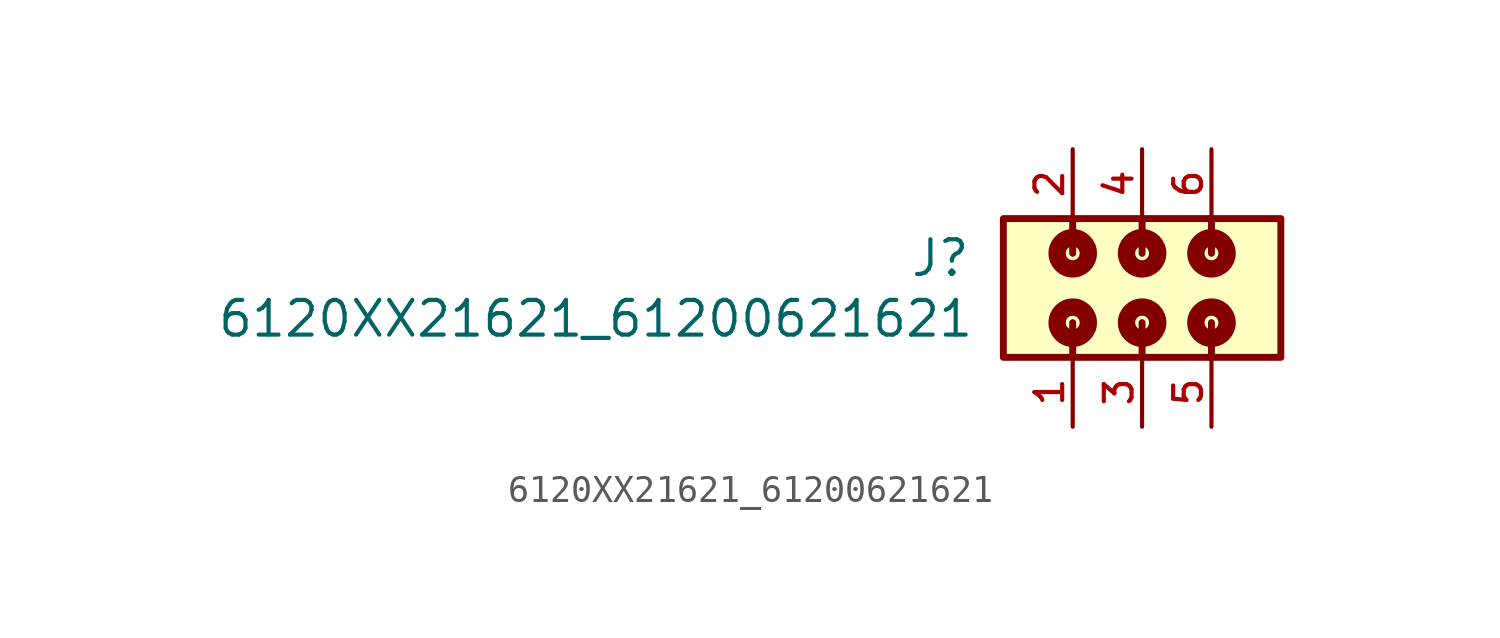
<source format=kicad_sym>
(kicad_symbol_lib
  (version 20211014)
  (generator kicad_symbol_editor)
  (symbol "6120XX21621_61200621621"
    (pin_names
      (offset 1.016))
    (property "Reference" "J"
      (at -6.26 0.35 0)
      (effects (font (size 1.27 1.27)) (justify bottom right)))
    (property "Value" "6120XX21621_61200621621"
      (at -6.12 -1.87 0)
      (effects (font (size 1.27 1.27)) (justify bottom right)))
    (symbol "6120XX21621_61200621621_0_0"
      (polyline (pts (xy -2.54 1.27) (xy -2.54 2.54)) (stroke (width 0.254)))
      (polyline (pts (xy -2.54 -1.27) (xy -2.54 -2.54)) (stroke (width 0.254)))
      (polyline (pts (xy 0.0 1.27) (xy 0.0 2.54)) (stroke (width 0.254)))
      (polyline (pts (xy 0.0 -1.27) (xy 0.0 -2.54)) (stroke (width 0.254)))
      (polyline (pts (xy 2.54 1.27) (xy 2.54 2.54)) (stroke (width 0.254)))
      (polyline (pts (xy 2.54 -1.27) (xy 2.54 -2.54)) (stroke (width 0.254)))
      (circle (center -2.54 -1.27) (radius 0.254) (stroke (width 0.635)) (fill (type none)))
      (circle (center -2.54 1.27) (radius 0.254) (stroke (width 0.635)) (fill (type none)))
      (circle (center 0.0 -1.27) (radius 0.254) (stroke (width 0.635)) (fill (type none)))
      (circle (center 0.0 1.27) (radius 0.254) (stroke (width 0.635)) (fill (type none)))
      (circle (center 2.54 -1.27) (radius 0.254) (stroke (width 0.635)) (fill (type none)))
      (circle (center 2.54 1.27) (radius 0.254) (stroke (width 0.635)) (fill (type none)))
      (rectangle (start -5.08 -2.54) (end 5.08 2.54) (stroke (width 0.254)) (fill (type background)))
      (pin passive line (at -2.54 -5.08 90.0) (length 2.54) (name "~" (effects (font (size 1.016 1.016)))) (number "1" (effects (font (size 1.016 1.016)))))
      (pin passive line (at -2.54 5.08 270.0) (length 2.54) (name "~" (effects (font (size 1.016 1.016)))) (number "2" (effects (font (size 1.016 1.016)))))
      (pin passive line (at 0.0 -5.08 90.0) (length 2.54) (name "~" (effects (font (size 1.016 1.016)))) (number "3" (effects (font (size 1.016 1.016)))))
      (pin passive line (at 0.0 5.08 270.0) (length 2.54) (name "~" (effects (font (size 1.016 1.016)))) (number "4" (effects (font (size 1.016 1.016)))))
      (pin passive line (at 2.54 -5.08 90.0) (length 2.54) (name "~" (effects (font (size 1.016 1.016)))) (number "5" (effects (font (size 1.016 1.016)))))
      (pin passive line (at 2.54 5.08 270.0) (length 2.54) (name "~" (effects (font (size 1.016 1.016)))) (number "6" (effects (font (size 1.016 1.016))))))))
</source>
